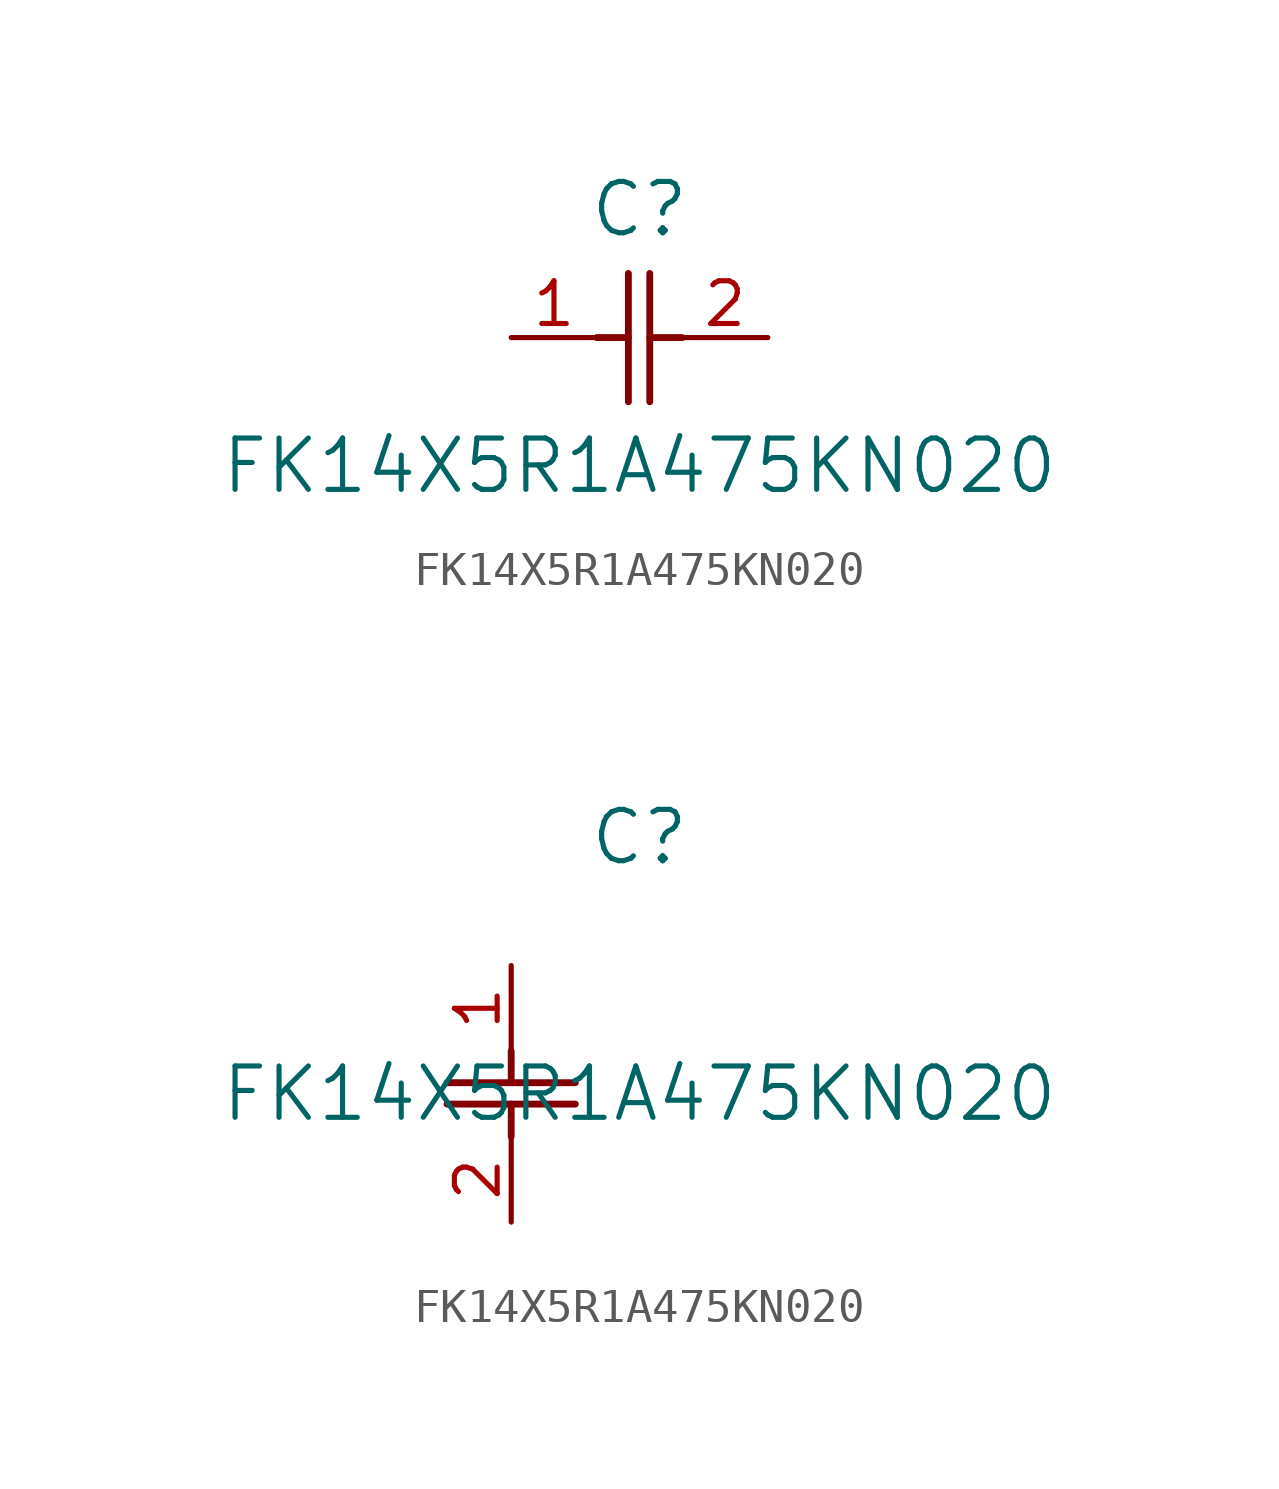
<source format=kicad_sym>
(kicad_symbol_lib
  (version 20211014)
  (generator kicad_symbol_editor)
  (symbol "FK14X5R1A475KN020"
    (pin_names
      (offset 0.254))
    (property "Reference" "C"
      (at 3.81 3.81 0)
      (effects (font (size 1.524 1.524))))
    (property "Value" "FK14X5R1A475KN020"
      (at 3.81 -3.81 0)
      (effects (font (size 1.524 1.524))))
    (symbol "FK14X5R1A475KN020_1_1"
      (polyline (pts (xy 3.48 -1.905) (xy 3.48 1.905)) (stroke (width 0.203) (type default) (color 0 0 0 0)) (fill (type none)))
      (polyline (pts (xy 4.115 -1.905) (xy 4.115 1.905)) (stroke (width 0.203) (type default) (color 0 0 0 0)) (fill (type none)))
      (polyline (pts (xy 4.115 0) (xy 5.08 0)) (stroke (width 0.203) (type default) (color 0 0 0 0)) (fill (type none)))
      (polyline (pts (xy 2.54 0) (xy 3.48 0)) (stroke (width 0.203) (type default) (color 0 0 0 0)) (fill (type none)))
      (pin unspecified line (at 0 0 0) (length 2.54) (name "" (effects (font (size 1.27 1.27)))) (number "1" (effects (font (size 1.27 1.27)))))
      (pin unspecified line (at 7.62 0 180) (length 2.54) (name "" (effects (font (size 1.27 1.27)))) (number "2" (effects (font (size 1.27 1.27))))))
    (symbol "FK14X5R1A475KN020_1_2"
      (polyline (pts (xy -1.905 -3.48) (xy 1.905 -3.48)) (stroke (width 0.203) (type default) (color 0 0 0 0)) (fill (type none)))
      (polyline (pts (xy -1.905 -4.115) (xy 1.905 -4.115)) (stroke (width 0.203) (type default) (color 0 0 0 0)) (fill (type none)))
      (polyline (pts (xy 0 -4.115) (xy 0 -5.08)) (stroke (width 0.203) (type default) (color 0 0 0 0)) (fill (type none)))
      (polyline (pts (xy 0 -2.54) (xy 0 -3.48)) (stroke (width 0.203) (type default) (color 0 0 0 0)) (fill (type none)))
      (pin unspecified line (at 0 0 270) (length 2.54) (name "" (effects (font (size 1.27 1.27)))) (number "1" (effects (font (size 1.27 1.27)))))
      (pin unspecified line (at 0 -7.62 90) (length 2.54) (name "" (effects (font (size 1.27 1.27)))) (number "2" (effects (font (size 1.27 1.27))))))))
</source>
